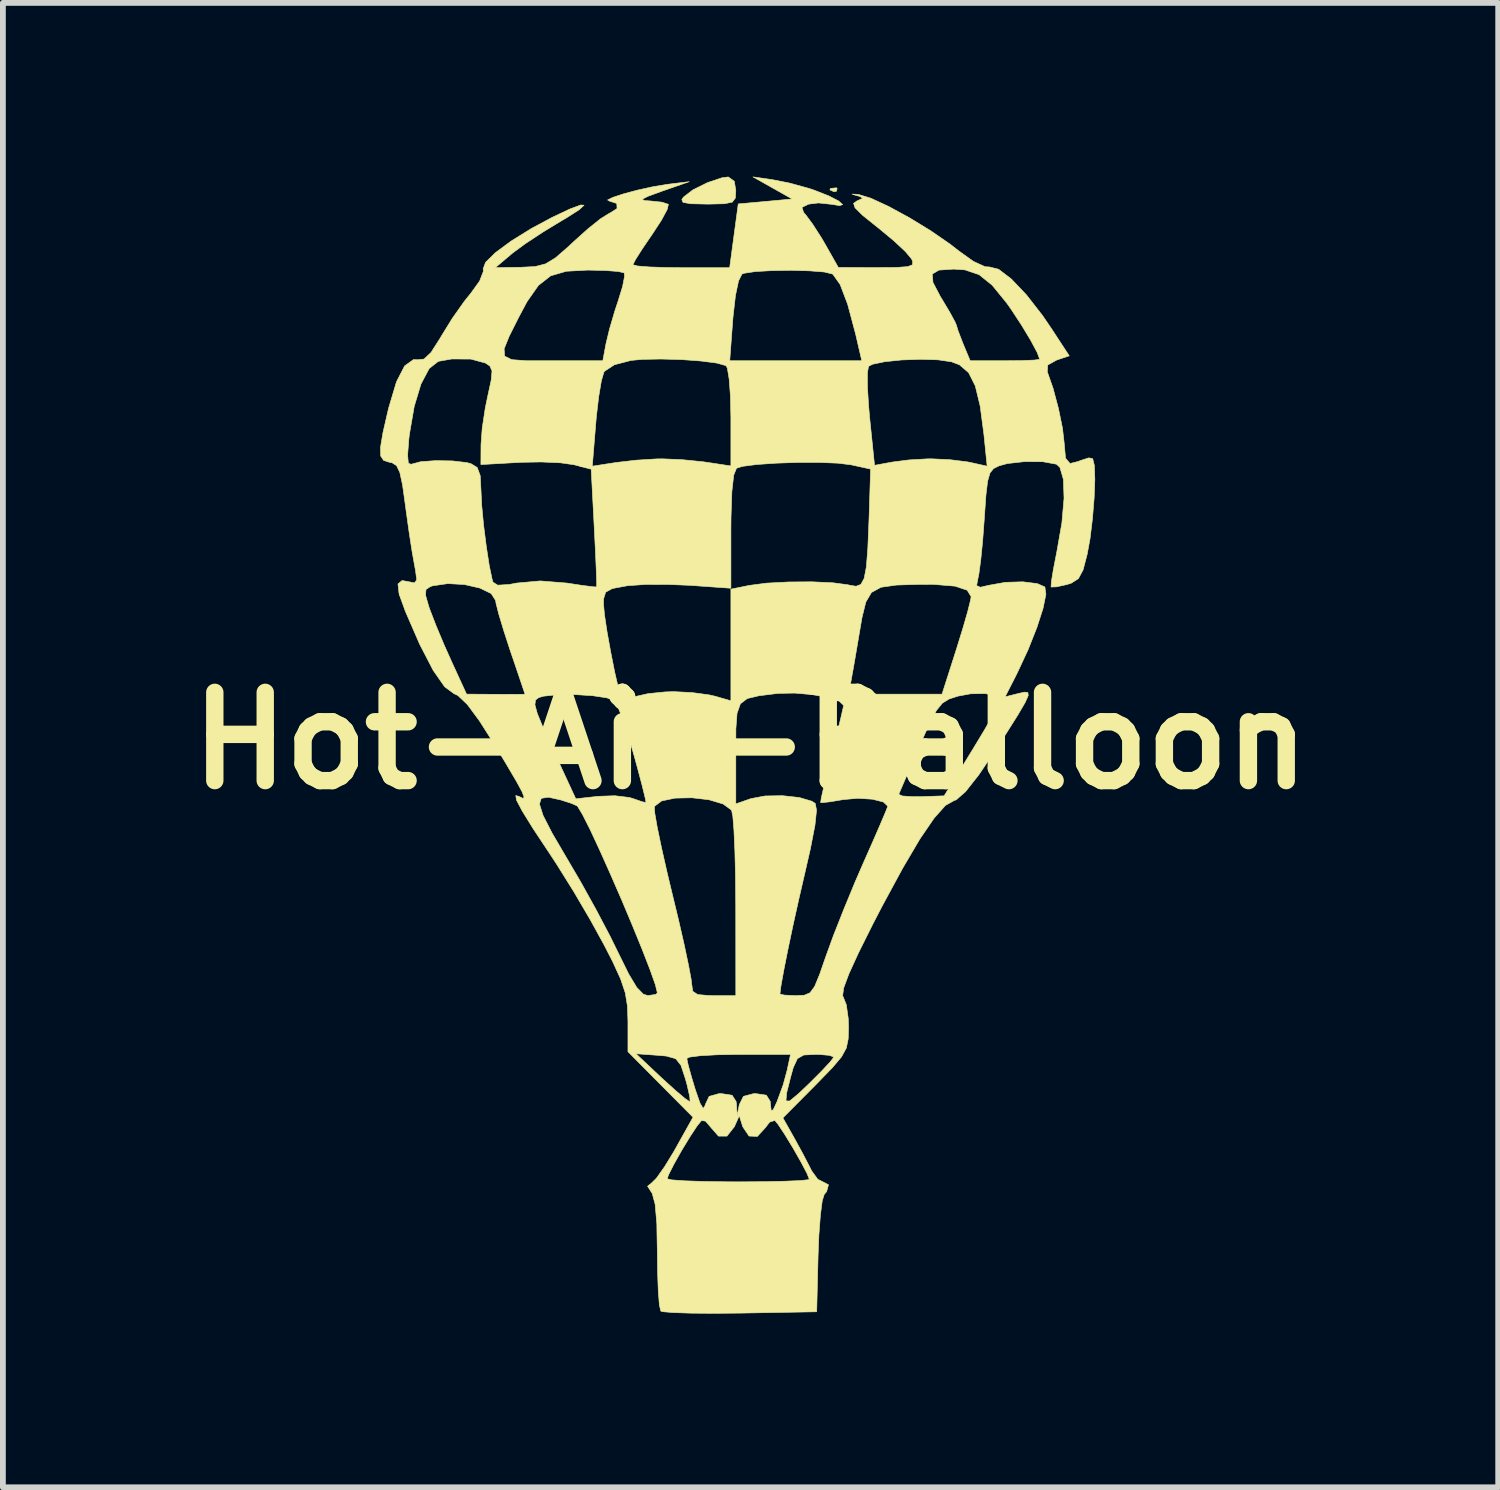
<source format=kicad_pcb>
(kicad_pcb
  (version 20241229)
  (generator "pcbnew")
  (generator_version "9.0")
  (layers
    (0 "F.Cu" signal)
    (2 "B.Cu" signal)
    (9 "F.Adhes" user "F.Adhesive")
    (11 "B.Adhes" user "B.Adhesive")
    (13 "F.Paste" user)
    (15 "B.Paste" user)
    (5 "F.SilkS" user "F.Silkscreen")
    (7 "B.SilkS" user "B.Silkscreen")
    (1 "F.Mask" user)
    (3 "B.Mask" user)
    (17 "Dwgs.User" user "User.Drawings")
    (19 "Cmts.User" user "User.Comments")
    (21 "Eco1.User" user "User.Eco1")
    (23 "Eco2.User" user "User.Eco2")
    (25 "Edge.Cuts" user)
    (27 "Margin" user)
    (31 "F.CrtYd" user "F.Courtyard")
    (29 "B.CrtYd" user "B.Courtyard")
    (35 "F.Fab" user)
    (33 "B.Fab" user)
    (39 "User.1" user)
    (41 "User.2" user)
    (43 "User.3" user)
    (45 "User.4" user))
  (footprint "Hot-Air-Balloon"
    (layer "F.Cu")
    (at 9.913 9.743)
    (property "Reference" "Hot-Air-Balloon" (at 0 0 180) (layer "F.SilkS") (effects (font (size 1.524 1.524) (thickness 0.3))))
    (attr through_hole)
    (fp_line (start -1.11 8.5) (end 0.574 8.504) (stroke (width 0.12) (type solid)) (layer "F.SilkS"))
    (fp_line (start -1.07 9.69) (end 0.72 9.69) (stroke (width 0.12) (type solid)) (layer "F.SilkS"))
    (fp_line (start 0.63 7.91) (end -1.04 7.89) (stroke (width 0.12) (type solid)) (layer "F.SilkS"))
    (fp_line (start 0.63 9.09) (end -1.01 9.09) (stroke (width 0.12) (type solid)) (layer "F.SilkS"))
    (fp_poly (pts (xy 1.496 -9.539) (xy 1.484 -9.489) (xy 1.439 -9.483) (xy 1.37 -9.514) (xy 1.383 -9.539) (xy 1.483 -9.549) (xy 1.496 -9.539)) (stroke (width 0.01) (type solid)) (fill yes) (layer "F.SilkS"))
    (fp_poly (pts (xy -0.28 -9.662) (xy -0.254 -9.502) (xy -0.262 -9.372) (xy -0.315 -9.302) (xy -0.45 -9.274) (xy -0.71 -9.268) (xy -0.756 -9.268) (xy -1.031 -9.274) (xy -1.165 -9.297) (xy -1.187 -9.345) (xy -1.158 -9.389) (xy -0.993 -9.515) (xy -0.745 -9.638) (xy -0.495 -9.722) (xy -0.384 -9.737) (xy -0.28 -9.662)) (stroke (width 0.01) (type solid)) (fill yes) (layer "F.SilkS"))
    (fp_poly (pts (xy 0.381 -9.689) (xy 0.683 -9.629) (xy 1.016 -9.537) (xy 1.101 -9.508) (xy 1.353 -9.409) (xy 1.523 -9.321) (xy 1.591 -9.26) (xy 1.539 -9.241) (xy 1.411 -9.263) (xy 1.174 -9.288) (xy 1.003 -9.267) (xy 0.888 -9.211) (xy 0.917 -9.124) (xy 0.961 -9.073) (xy 1.076 -8.917) (xy 1.227 -8.682) (xy 1.302 -8.553) (xy 1.517 -8.173) (xy 2.19 -8.172) (xy 2.522 -8.174) (xy 2.715 -8.188) (xy 2.798 -8.22) (xy 2.801 -8.279) (xy 2.78 -8.323) (xy 2.676 -8.447) (xy 2.476 -8.634) (xy 2.222 -8.845) (xy 2.19 -8.87) (xy 1.936 -9.074) (xy 1.805 -9.204) (xy 1.78 -9.28) (xy 1.836 -9.321) (xy 1.939 -9.368) (xy 1.884 -9.402) (xy 1.82 -9.418) (xy 1.755 -9.441) (xy 1.851 -9.436) (xy 1.863 -9.435) (xy 2.077 -9.37) (xy 2.384 -9.228) (xy 2.743 -9.033) (xy 3.111 -8.808) (xy 3.446 -8.577) (xy 3.596 -8.46) (xy 3.85 -8.278) (xy 4.052 -8.186) (xy 4.127 -8.182) (xy 4.284 -8.143) (xy 4.503 -7.976) (xy 4.764 -7.702) (xy 5.045 -7.341) (xy 5.201 -7.112) (xy 5.505 -6.647) (xy 5.287 -6.574) (xy 5.133 -6.488) (xy 5.126 -6.368) (xy 5.129 -6.362) (xy 5.226 -6.085) (xy 5.318 -5.739) (xy 5.388 -5.398) (xy 5.418 -5.136) (xy 5.419 -5.118) (xy 5.441 -4.879) (xy 5.519 -4.787) (xy 5.67 -4.825) (xy 5.691 -4.836) (xy 5.843 -4.885) (xy 5.91 -4.871) (xy 5.939 -4.753) (xy 5.947 -4.512) (xy 5.935 -4.192) (xy 5.906 -3.836) (xy 5.864 -3.488) (xy 5.815 -3.221) (xy 5.744 -2.95) (xy 5.663 -2.799) (xy 5.541 -2.721) (xy 5.465 -2.697) (xy 5.283 -2.657) (xy 5.192 -2.654) (xy 5.191 -2.654) (xy 5.196 -2.743) (xy 5.23 -2.952) (xy 5.286 -3.24) (xy 5.291 -3.266) (xy 5.378 -3.761) (xy 5.415 -4.186) (xy 5.404 -4.513) (xy 5.344 -4.72) (xy 5.285 -4.775) (xy 5.051 -4.818) (xy 4.74 -4.821) (xy 4.438 -4.787) (xy 4.294 -4.748) (xy 4.199 -4.701) (xy 4.136 -4.624) (xy 4.095 -4.482) (xy 4.066 -4.241) (xy 4.04 -3.868) (xy 4.038 -3.838) (xy 4.01 -3.458) (xy 3.977 -3.124) (xy 3.945 -2.885) (xy 3.93 -2.811) (xy 3.905 -2.679) (xy 3.969 -2.65) (xy 4.116 -2.684) (xy 4.403 -2.735) (xy 4.702 -2.744) (xy 4.953 -2.713) (xy 5.084 -2.655) (xy 5.102 -2.53) (xy 5.053 -2.287) (xy 4.947 -1.958) (xy 4.796 -1.576) (xy 4.609 -1.174) (xy 4.579 -1.114) (xy 4.397 -0.757) (xy 4.622 -0.814) (xy 4.729 -0.838) (xy 4.79 -0.833) (xy 4.797 -0.78) (xy 4.742 -0.657) (xy 4.618 -0.445) (xy 4.415 -0.123) (xy 4.236 0.155) (xy 3.943 0.59) (xy 3.715 0.879) (xy 3.555 1.02) (xy 3.517 1.034) (xy 3.367 1.118) (xy 3.171 1.338) (xy 2.925 1.698) (xy 2.627 2.204) (xy 2.272 2.86) (xy 2.114 3.165) (xy 1.865 3.664) (xy 1.698 4.03) (xy 1.608 4.273) (xy 1.591 4.406) (xy 1.603 4.431) (xy 1.655 4.563) (xy 1.688 4.799) (xy 1.693 4.947) (xy 1.687 5.151) (xy 1.655 5.308) (xy 1.572 5.46) (xy 1.417 5.644) (xy 1.167 5.902) (xy 1.126 5.944) (xy 0.559 6.515) (xy 0.763 6.877) (xy 0.904 7.135) (xy 1.022 7.362) (xy 1.055 7.429) (xy 1.161 7.575) (xy 1.249 7.619) (xy 1.347 7.67) (xy 1.314 7.789) (xy 1.273 7.837) (xy 1.238 7.95) (xy 1.207 8.195) (xy 1.181 8.535) (xy 1.167 8.891) (xy 1.143 9.864) (xy -0.174 9.887) (xy -0.631 9.891) (xy -1.026 9.888) (xy -1.33 9.878) (xy -1.513 9.863) (xy -1.55 9.852) (xy -1.574 9.748) (xy -1.579 9.683) (xy -0.968 9.683) (xy -0.957 9.692) (xy -0.801 9.698) (xy -0.511 9.702) (xy -0.212 9.703) (xy 0.175 9.701) (xy 0.441 9.697) (xy 0.574 9.69) (xy 0.56 9.681) (xy 0.448 9.674) (xy 0.035 9.663) (xy -0.438 9.663) (xy -0.822 9.674) (xy -0.968 9.683) (xy -1.579 9.683) (xy -1.593 9.512) (xy -1.605 9.18) (xy -1.606 9.091) (xy -0.968 9.091) (xy -0.957 9.099) (xy -0.801 9.105) (xy -0.511 9.109) (xy -0.212 9.11) (xy 0.175 9.109) (xy 0.441 9.104) (xy 0.574 9.097) (xy 0.56 9.088) (xy 0.448 9.081) (xy 0.035 9.07) (xy -0.438 9.071) (xy -0.822 9.081) (xy -0.968 9.091) (xy -1.606 9.091) (xy -1.609 8.85) (xy -1.616 8.498) (xy -0.968 8.498) (xy -0.957 8.506) (xy -0.801 8.513) (xy -0.511 8.516) (xy -0.212 8.517) (xy 0.175 8.516) (xy 0.441 8.511) (xy 0.574 8.504) (xy 0.56 8.496) (xy 0.448 8.489) (xy 0.035 8.478) (xy -0.438 8.478) (xy -0.822 8.488) (xy -0.968 8.498) (xy -1.616 8.498) (xy -1.618 8.346) (xy -1.648 8.003) (xy -1.675 7.905) (xy -0.968 7.905) (xy -0.957 7.914) (xy -0.801 7.92) (xy -0.511 7.924) (xy -0.212 7.925) (xy 0.175 7.923) (xy 0.441 7.919) (xy 0.574 7.912) (xy 0.56 7.903) (xy 0.448 7.896) (xy 0.035 7.885) (xy -0.438 7.885) (xy -0.822 7.896) (xy -0.968 7.905) (xy -1.675 7.905) (xy -1.698 7.818) (xy -1.714 7.796) (xy -1.778 7.695) (xy -1.715 7.645) (xy -1.635 7.567) (xy -1.439 7.567) (xy -1.36 7.586) (xy -1.14 7.602) (xy -0.811 7.613) (xy -0.402 7.619) (xy -0.212 7.62) (xy 0.222 7.617) (xy 0.589 7.609) (xy 0.859 7.598) (xy 1.001 7.583) (xy 1.016 7.576) (xy 0.975 7.473) (xy 0.871 7.276) (xy 0.735 7.037) (xy 0.593 6.804) (xy 0.477 6.628) (xy 0.42 6.559) (xy 0.33 6.588) (xy 0.255 6.686) (xy 0.118 6.835) (xy -0.026 6.829) (xy -0.133 6.67) (xy -0.134 6.668) (xy -0.194 6.477) (xy -0.279 6.668) (xy -0.407 6.83) (xy -0.553 6.83) (xy -0.679 6.686) (xy -0.777 6.571) (xy -0.846 6.561) (xy -0.922 6.653) (xy -1.047 6.843) (xy -1.191 7.08) (xy -1.323 7.315) (xy -1.415 7.496) (xy -1.439 7.567) (xy -1.635 7.567) (xy -1.624 7.556) (xy -1.484 7.358) (xy -1.321 7.091) (xy -1.301 7.055) (xy -0.993 6.504) (xy -1.555 5.938) (xy -2.082 5.407) (xy -1.979 5.407) (xy -1.524 5.835) (xy -1.301 6.037) (xy -1.132 6.18) (xy -1.047 6.237) (xy -1.043 6.236) (xy -1.05 6.148) (xy -1.094 5.952) (xy -1.126 5.836) (xy -1.202 5.606) (xy -1.293 5.492) (xy -1.308 5.488) (xy -1.101 5.488) (xy -1.077 5.601) (xy -1.016 5.821) (xy -0.957 6.017) (xy -0.872 6.262) (xy -0.817 6.353) (xy -0.784 6.3) (xy -0.782 6.287) (xy -0.715 6.144) (xy -0.548 6.097) (xy -0.502 6.096) (xy -0.318 6.124) (xy -0.249 6.232) (xy -0.242 6.287) (xy -0.231 6.477) (xy -0.194 6.287) (xy -0.122 6.143) (xy 0.051 6.097) (xy 0.091 6.096) (xy 0.273 6.123) (xy 0.34 6.229) (xy 0.346 6.287) (xy 0.358 6.397) (xy 0.395 6.369) (xy 0.463 6.223) (xy 0.463 6.221) (xy 0.612 6.221) (xy 0.675 6.224) (xy 0.829 6.097) (xy 1.016 5.919) (xy 1.226 5.709) (xy 1.378 5.546) (xy 1.439 5.465) (xy 1.439 5.464) (xy 1.364 5.435) (xy 1.178 5.419) (xy 1.118 5.419) (xy 0.92 5.429) (xy 0.81 5.491) (xy 0.738 5.647) (xy 0.695 5.801) (xy 0.624 6.082) (xy 0.612 6.221) (xy 0.463 6.221) (xy 0.564 5.944) (xy 0.632 5.694) (xy 0.691 5.419) (xy -0.205 5.419) (xy -0.571 5.425) (xy -0.865 5.441) (xy -1.052 5.465) (xy -1.101 5.488) (xy -1.308 5.488) (xy -1.456 5.447) (xy -1.606 5.434) (xy -1.979 5.407) (xy -2.082 5.407) (xy -2.117 5.372) (xy -2.117 4.846) (xy -2.126 4.584) (xy -2.163 4.356) (xy -2.244 4.115) (xy -2.384 3.81) (xy -2.527 3.531) (xy -2.765 3.098) (xy -3.053 2.607) (xy -3.344 2.141) (xy -3.461 1.962) (xy -3.751 1.525) (xy -3.943 1.215) (xy -4.006 1.095) (xy -3.646 1.095) (xy -3.584 1.29) (xy -3.428 1.595) (xy -3.189 2.003) (xy -2.93 2.445) (xy -2.665 2.923) (xy -2.428 3.373) (xy -2.285 3.664) (xy -2.103 4.032) (xy -1.964 4.263) (xy -1.852 4.378) (xy -1.774 4.403) (xy -1.638 4.383) (xy -1.609 4.357) (xy -1.642 4.219) (xy -1.734 3.959) (xy -1.871 3.606) (xy -2.04 3.192) (xy -2.227 2.747) (xy -2.421 2.302) (xy -2.606 1.888) (xy -2.771 1.534) (xy -2.903 1.273) (xy -2.984 1.139) (xy -1.661 1.139) (xy -1.654 1.251) (xy -1.611 1.497) (xy -1.538 1.848) (xy -1.441 2.276) (xy -1.358 2.623) (xy -1.243 3.098) (xy -1.145 3.527) (xy -1.071 3.878) (xy -1.026 4.119) (xy -1.016 4.206) (xy -0.998 4.328) (xy -0.913 4.385) (xy -0.717 4.402) (xy -0.635 4.403) (xy -0.254 4.403) (xy -0.255 2.857) (xy -0.259 2.357) (xy -0.27 1.912) (xy -0.286 1.551) (xy -0.306 1.303) (xy -0.328 1.2) (xy -0.474 1.093) (xy -0.719 1.02) (xy -1.013 0.986) (xy -1.302 0.992) (xy -1.534 1.04) (xy -1.659 1.134) (xy -1.661 1.139) (xy -2.984 1.139) (xy -2.987 1.134) (xy -2.993 1.127) (xy -3.089 1.084) (xy -3.275 1.024) (xy -3.279 1.023) (xy -3.492 0.976) (xy -3.615 0.996) (xy -3.646 1.095) (xy -4.006 1.095) (xy -4.043 1.025) (xy -4.054 0.947) (xy -3.994 0.965) (xy -3.929 0.997) (xy -3.91 0.976) (xy -3.946 0.881) (xy -4.047 0.696) (xy -4.222 0.399) (xy -4.408 0.089) (xy -4.681 -0.341) (xy -4.888 -0.621) (xy -3.724 -0.621) (xy -3.683 -0.47) (xy -3.582 -0.223) (xy -3.414 0.147) (xy -3.409 0.159) (xy -3.018 1.004) (xy -2.631 0.961) (xy -2.344 0.951) (xy -2.093 0.981) (xy -2.032 0.999) (xy -1.871 1.055) (xy -1.805 1.069) (xy -1.82 0.987) (xy -1.871 0.778) (xy -1.951 0.476) (xy -2.017 0.236) (xy -2.027 0.202) (xy -0.254 0.202) (xy -0.254 0.216) (xy -0.254 1.092) (xy 0.006 1.001) (xy 0.251 0.955) (xy 0.552 0.95) (xy 0.843 0.982) (xy 1.06 1.046) (xy 1.118 1.084) (xy 1.14 1.201) (xy 1.113 1.46) (xy 1.034 1.868) (xy 0.945 2.257) (xy 0.839 2.716) (xy 0.736 3.179) (xy 0.645 3.611) (xy 0.572 3.978) (xy 0.524 4.246) (xy 0.508 4.376) (xy 0.582 4.394) (xy 0.764 4.403) (xy 0.79 4.403) (xy 0.93 4.396) (xy 1.028 4.354) (xy 1.108 4.245) (xy 1.194 4.036) (xy 1.3 3.73) (xy 1.432 3.367) (xy 1.61 2.916) (xy 1.806 2.441) (xy 1.949 2.112) (xy 2.111 1.746) (xy 2.244 1.44) (xy 2.335 1.225) (xy 2.371 1.132) (xy 2.371 1.132) (xy 2.295 1.059) (xy 2.105 1.011) (xy 1.854 0.995) (xy 1.604 1.017) (xy 1.376 1.055) (xy 1.233 1.071) (xy 1.211 1.069) (xy 1.223 0.986) (xy 1.237 0.926) (xy 2.56 0.926) (xy 2.622 0.955) (xy 2.805 0.968) (xy 2.941 0.967) (xy 3.344 0.953) (xy 3.831 0.162) (xy 4.028 -0.164) (xy 4.187 -0.437) (xy 4.289 -0.626) (xy 4.318 -0.694) (xy 4.244 -0.773) (xy 4.054 -0.814) (xy 3.802 -0.81) (xy 3.585 -0.77) (xy 3.43 -0.72) (xy 3.313 -0.648) (xy 3.211 -0.522) (xy 3.098 -0.309) (xy 2.949 0.022) (xy 2.918 0.095) (xy 2.774 0.429) (xy 2.656 0.702) (xy 2.58 0.879) (xy 2.56 0.926) (xy 1.237 0.926) (xy 1.27 0.775) (xy 1.344 0.472) (xy 1.4 0.251) (xy 1.488 -0.097) (xy 1.557 -0.382) (xy 1.599 -0.565) (xy 1.607 -0.611) (xy 1.532 -0.682) (xy 1.335 -0.747) (xy 1.063 -0.796) (xy 0.97 -0.804) (xy 1.694 -0.804) (xy 3.308 -0.804) (xy 3.559 -1.589) (xy 3.667 -1.938) (xy 3.752 -2.233) (xy 3.802 -2.434) (xy 3.81 -2.489) (xy 3.742 -2.599) (xy 3.532 -2.669) (xy 3.171 -2.699) (xy 2.921 -2.7) (xy 2.52 -2.688) (xy 2.254 -2.65) (xy 2.089 -2.56) (xy 1.991 -2.393) (xy 1.925 -2.125) (xy 1.894 -1.945) (xy 1.835 -1.597) (xy 1.781 -1.282) (xy 1.742 -1.066) (xy 1.741 -1.058) (xy 1.694 -0.804) (xy 0.97 -0.804) (xy 0.763 -0.822) (xy 0.482 -0.817) (xy 0.452 -0.814) (xy 0.146 -0.776) (xy -0.056 -0.728) (xy -0.175 -0.637) (xy -0.233 -0.473) (xy -0.253 -0.204) (xy -0.254 0.202) (xy -2.027 0.202) (xy -2.123 -0.123) (xy -2.226 -0.424) (xy -2.309 -0.627) (xy -2.346 -0.687) (xy -2.481 -0.74) (xy -2.728 -0.777) (xy -3.031 -0.796) (xy -3.331 -0.794) (xy -3.573 -0.769) (xy -3.657 -0.745) (xy -3.713 -0.703) (xy -3.724 -0.621) (xy -4.888 -0.621) (xy -4.893 -0.627) (xy -5.055 -0.781) (xy -5.12 -0.811) (xy -5.283 -0.931) (xy -5.481 -1.215) (xy -5.714 -1.665) (xy -5.961 -2.233) (xy -6.062 -2.512) (xy -5.613 -2.512) (xy -5.556 -2.314) (xy -5.536 -2.258) (xy -5.434 -1.993) (xy -5.292 -1.654) (xy -5.158 -1.355) (xy -4.905 -0.804) (xy -4.4 -0.801) (xy -4.133 -0.8) (xy -3.95 -0.801) (xy -3.895 -0.802) (xy -3.92 -0.878) (xy -3.988 -1.079) (xy -4.086 -1.369) (xy -4.149 -1.552) (xy -4.26 -1.894) (xy -4.347 -2.182) (xy -4.395 -2.371) (xy -2.54 -2.371) (xy -2.523 -2.179) (xy -2.478 -1.88) (xy -2.415 -1.531) (xy -2.347 -1.189) (xy -2.283 -0.911) (xy -2.245 -0.784) (xy -2.167 -0.722) (xy -1.99 -0.762) (xy -1.987 -0.763) (xy -1.772 -0.812) (xy -1.477 -0.842) (xy -1.327 -0.847) (xy -1.01 -0.831) (xy -0.714 -0.791) (xy -0.613 -0.768) (xy -0.339 -0.689) (xy -0.339 -2.617) (xy -0.021 -2.682) (xy 0.277 -2.721) (xy 0.658 -2.741) (xy 1.06 -2.744) (xy 1.424 -2.727) (xy 1.687 -2.692) (xy 1.708 -2.686) (xy 1.823 -2.667) (xy 1.906 -2.699) (xy 1.963 -2.803) (xy 2.001 -3.003) (xy 2.026 -3.322) (xy 2.045 -3.783) (xy 2.049 -3.891) (xy 2.074 -4.691) (xy 1.736 -4.765) (xy 1.509 -4.793) (xy 1.188 -4.806) (xy 0.816 -4.806) (xy 0.44 -4.793) (xy 0.106 -4.77) (xy -0.14 -4.738) (xy -0.242 -4.706) (xy -0.29 -4.588) (xy -0.322 -4.305) (xy -0.337 -3.861) (xy -0.339 -3.64) (xy -0.339 -2.633) (xy -1.045 -2.683) (xy -1.435 -2.699) (xy -1.816 -2.698) (xy -2.113 -2.678) (xy -2.146 -2.673) (xy -2.386 -2.628) (xy -2.502 -2.565) (xy -2.538 -2.449) (xy -2.54 -2.371) (xy -4.395 -2.371) (xy -4.396 -2.375) (xy -4.403 -2.422) (xy -4.479 -2.541) (xy -4.675 -2.636) (xy -4.941 -2.697) (xy -5.229 -2.713) (xy -5.49 -2.675) (xy -5.533 -2.66) (xy -5.606 -2.611) (xy -5.613 -2.512) (xy -6.062 -2.512) (xy -6.07 -2.535) (xy -6.089 -2.707) (xy -6.018 -2.766) (xy -5.916 -2.748) (xy -5.803 -2.725) (xy -5.765 -2.779) (xy -5.788 -2.95) (xy -5.801 -3.018) (xy -5.844 -3.258) (xy -5.897 -3.601) (xy -5.95 -3.981) (xy -5.961 -4.064) (xy -6.01 -4.416) (xy -6.057 -4.633) (xy -6.113 -4.75) (xy -6.191 -4.8) (xy -6.241 -4.81) (xy -6.337 -4.841) (xy -6.387 -4.916) (xy -6.388 -4.932) (xy -5.923 -4.932) (xy -5.91 -4.792) (xy -5.861 -4.773) (xy -5.852 -4.777) (xy -5.694 -4.819) (xy -5.437 -4.837) (xy -5.149 -4.832) (xy -4.9 -4.803) (xy -4.83 -4.785) (xy -4.721 -4.719) (xy -4.669 -4.579) (xy -4.656 -4.333) (xy -4.643 -4.065) (xy -4.61 -3.718) (xy -4.563 -3.351) (xy -4.512 -3.02) (xy -4.462 -2.783) (xy -4.449 -2.739) (xy -4.367 -2.686) (xy -4.165 -2.698) (xy -4.043 -2.722) (xy -3.632 -2.759) (xy -3.169 -2.722) (xy -2.902 -2.681) (xy -2.716 -2.658) (xy -2.657 -2.655) (xy -2.657 -2.739) (xy -2.665 -2.959) (xy -2.679 -3.281) (xy -2.699 -3.673) (xy -2.699 -3.678) (xy -2.752 -4.689) (xy -2.953 -4.741) (xy -2.733 -4.741) (xy -2.319 -4.805) (xy -1.973 -4.845) (xy -1.616 -4.867) (xy -1.524 -4.868) (xy -1.187 -4.854) (xy -0.825 -4.818) (xy -0.741 -4.806) (xy -0.339 -4.745) (xy -0.339 -5.585) (xy -0.347 -5.951) (xy -0.369 -6.246) (xy -0.387 -6.354) (xy 2.019 -6.354) (xy 2.019 -6.116) (xy 2.039 -5.79) (xy 2.058 -5.574) (xy 2.142 -4.756) (xy 2.447 -4.812) (xy 2.735 -4.849) (xy 3.063 -4.868) (xy 3.133 -4.868) (xy 3.445 -4.853) (xy 3.743 -4.816) (xy 3.801 -4.805) (xy 4.087 -4.741) (xy 4.031 -5.292) (xy 3.966 -5.782) (xy 3.882 -6.128) (xy 3.767 -6.356) (xy 3.609 -6.492) (xy 3.471 -6.544) (xy 3.241 -6.578) (xy 2.938 -6.587) (xy 2.613 -6.576) (xy 2.319 -6.546) (xy 2.108 -6.502) (xy 2.038 -6.465) (xy 2.019 -6.354) (xy -0.387 -6.354) (xy -0.4 -6.433) (xy -0.423 -6.477) (xy -0.577 -6.521) (xy -0.849 -6.557) (xy -0.91 -6.562) (xy -0.359 -6.562) (xy 1.922 -6.562) (xy 1.814 -7.028) (xy 1.678 -7.537) (xy 1.548 -7.879) (xy 1.423 -8.055) (xy 1.415 -8.06) (xy 3.139 -8.06) (xy 3.151 -7.915) (xy 3.281 -7.667) (xy 3.305 -7.629) (xy 3.442 -7.399) (xy 3.533 -7.232) (xy 3.556 -7.176) (xy 3.586 -7.077) (xy 3.659 -6.888) (xy 3.675 -6.847) (xy 3.794 -6.562) (xy 4.395 -6.562) (xy 4.689 -6.565) (xy 4.903 -6.574) (xy 4.994 -6.586) (xy 4.995 -6.587) (xy 4.952 -6.704) (xy 4.838 -6.917) (xy 4.68 -7.179) (xy 4.505 -7.446) (xy 4.426 -7.558) (xy 4.174 -7.867) (xy 3.948 -8.049) (xy 3.703 -8.132) (xy 3.509 -8.145) (xy 3.255 -8.128) (xy 3.139 -8.06) (xy 1.415 -8.06) (xy 1.413 -8.061) (xy 1.275 -8.095) (xy 1.021 -8.115) (xy 0.703 -8.124) (xy 0.374 -8.119) (xy 0.086 -8.103) (xy -0.107 -8.074) (xy -0.148 -8.059) (xy -0.207 -7.942) (xy -0.26 -7.689) (xy -0.301 -7.333) (xy -0.306 -7.277) (xy -0.359 -6.562) (xy -0.91 -6.562) (xy -1.189 -6.582) (xy -1.546 -6.592) (xy -1.87 -6.586) (xy -2.063 -6.568) (xy -2.351 -6.493) (xy -2.52 -6.382) (xy -2.534 -6.361) (xy -2.577 -6.212) (xy -2.622 -5.943) (xy -2.662 -5.604) (xy -2.673 -5.477) (xy -2.733 -4.741) (xy -2.953 -4.741) (xy -3.048 -4.766) (xy -3.28 -4.799) (xy -3.612 -4.814) (xy -3.974 -4.808) (xy -4 -4.806) (xy -4.657 -4.769) (xy -4.655 -5.115) (xy -4.634 -5.399) (xy -4.581 -5.747) (xy -4.539 -5.95) (xy -4.479 -6.227) (xy -4.465 -6.385) (xy -4.501 -6.47) (xy -4.577 -6.522) (xy -4.831 -6.591) (xy -5.159 -6.593) (xy -5.392 -6.552) (xy -5.55 -6.428) (xy -5.692 -6.16) (xy -5.809 -5.772) (xy -5.892 -5.29) (xy -5.901 -5.215) (xy -5.923 -4.932) (xy -6.388 -4.932) (xy -6.391 -5.066) (xy -6.349 -5.318) (xy -6.261 -5.701) (xy -6.247 -5.757) (xy -6.115 -6.199) (xy -5.974 -6.473) (xy -5.822 -6.582) (xy -5.754 -6.579) (xy -5.64 -6.591) (xy -5.517 -6.706) (xy -5.478 -6.768) (xy -4.256 -6.768) (xy -4.247 -6.642) (xy -4.124 -6.581) (xy -3.869 -6.562) (xy -3.464 -6.562) (xy -3.433 -6.562) (xy -2.551 -6.562) (xy -2.496 -6.858) (xy -2.434 -7.115) (xy -2.34 -7.434) (xy -2.287 -7.593) (xy -2.21 -7.843) (xy -2.175 -8.023) (xy -2.182 -8.08) (xy -2.284 -8.104) (xy -2.509 -8.121) (xy -2.806 -8.128) (xy -2.812 -8.128) (xy -3.181 -8.108) (xy -3.452 -8.029) (xy -3.664 -7.863) (xy -3.86 -7.583) (xy -4.004 -7.313) (xy -4.169 -6.984) (xy -4.256 -6.768) (xy -5.478 -6.768) (xy -5.361 -6.951) (xy -5.34 -6.988) (xy -5.151 -7.294) (xy -4.942 -7.59) (xy -4.828 -7.732) (xy -4.679 -7.939) (xy -4.614 -8.106) (xy -4.618 -8.15) (xy -4.576 -8.262) (xy -4.407 -8.428) (xy -4.135 -8.629) (xy -3.787 -8.845) (xy -3.429 -9.037) (xy -3.118 -9.184) (xy -2.931 -9.253) (xy -2.876 -9.248) (xy -2.96 -9.17) (xy -3.19 -9.023) (xy -3.26 -8.983) (xy -3.585 -8.785) (xy -3.89 -8.584) (xy -4.114 -8.419) (xy -4.13 -8.405) (xy -4.408 -8.17) (xy -3.961 -8.177) (xy -3.72 -8.189) (xy -3.541 -8.235) (xy -3.369 -8.339) (xy -3.15 -8.529) (xy -3.052 -8.621) (xy -2.807 -8.841) (xy -2.591 -9.014) (xy -2.447 -9.104) (xy -2.438 -9.107) (xy -2.305 -9.191) (xy -2.31 -9.279) (xy -2.434 -9.319) (xy -2.469 -9.339) (xy -2.375 -9.385) (xy -2.189 -9.446) (xy -1.949 -9.51) (xy -1.69 -9.567) (xy -1.45 -9.607) (xy -1.439 -9.609) (xy -1.058 -9.655) (xy -1.524 -9.493) (xy -1.77 -9.403) (xy -1.869 -9.353) (xy -1.836 -9.329) (xy -1.729 -9.322) (xy -1.53 -9.301) (xy -1.418 -9.264) (xy -1.439 -9.176) (xy -1.538 -8.991) (xy -1.696 -8.749) (xy -1.701 -8.742) (xy -1.867 -8.498) (xy -1.986 -8.311) (xy -2.032 -8.22) (xy -2.032 -8.22) (xy -1.953 -8.199) (xy -1.741 -8.182) (xy -1.432 -8.172) (xy -1.196 -8.17) (xy -0.36 -8.17) (xy -0.286 -8.721) (xy -0.212 -9.271) (xy 0.254 -9.313) (xy 0.72 -9.356) (xy 0.381 -9.547) (xy 0.042 -9.738) (xy 0.381 -9.689)) (stroke (width 0.01) (type solid)) (fill yes) (layer "F.SilkS")))
  (gr_rect
    (start -3 -3)
    (end 22.827 22.639)
    (stroke (width 0.1) (type default))
    (fill no)
    (layer "Edge.Cuts")))
</source>
